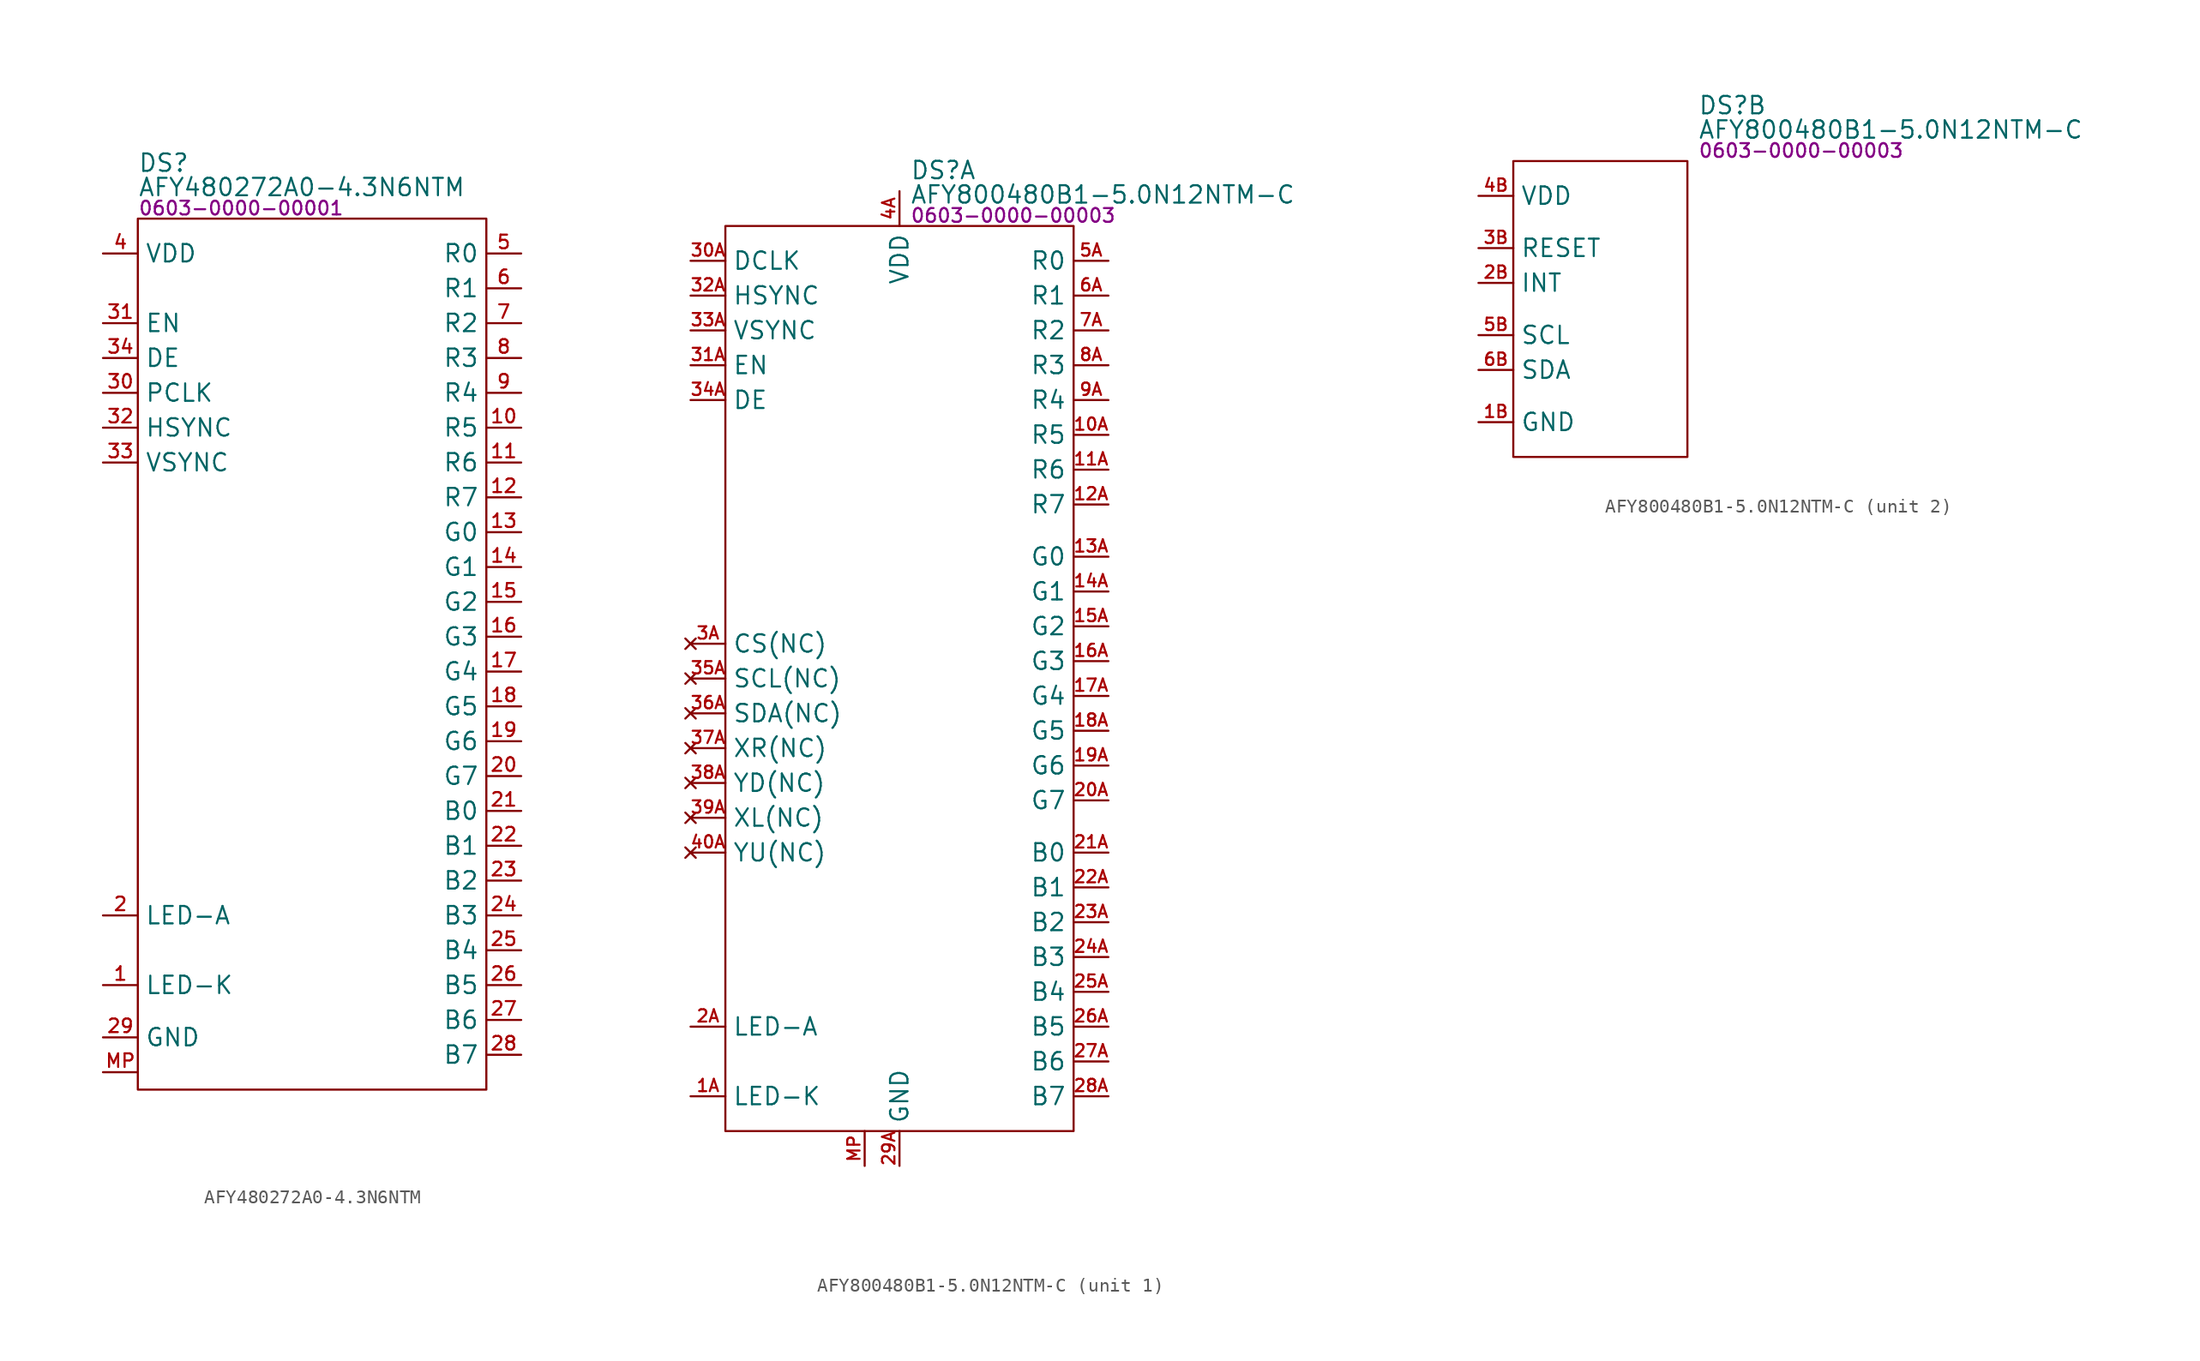
<source format=kicad_sym>
(kicad_symbol_lib
  (version 20231120)
  (generator "kicad_symbol_editor")
  (generator_version "8.0")
  (symbol "AFY480272A0-4.3N6NTM"
    (property "Reference" "DS"
      (at 0 4.064 0)
      (effects (font (size 1.27 1.27)) (justify left)))
    (property "Value" "AFY480272A0-4.3N6NTM"
      (at 0 2.286 0)
      (effects (font (size 1.27 1.27)) (justify left)))
    (property "PartNumber" "0603-0000-00001"
      (at 0 0.762 0)
      (effects (font (size 1 1)) (justify left)))
    (symbol "AFY480272A0-4.3N6NTM_0_0"
      (pin power_in line (at -2.54 -55.88 0) (length 2.54) (name "LED-K" (effects (font (size 1.27 1.27)))) (number "1" (effects (font (size 0.991 0.991)))))
      (pin input line (at 27.94 -15.24 180) (length 2.54) (name "R5" (effects (font (size 1.27 1.27)))) (number "10" (effects (font (size 0.991 0.991)))))
      (pin input line (at 27.94 -17.78 180) (length 2.54) (name "R6" (effects (font (size 1.27 1.27)))) (number "11" (effects (font (size 0.991 0.991)))))
      (pin input line (at 27.94 -20.32 180) (length 2.54) (name "R7" (effects (font (size 1.27 1.27)))) (number "12" (effects (font (size 0.991 0.991)))))
      (pin input line (at 27.94 -22.86 180) (length 2.54) (name "G0" (effects (font (size 1.27 1.27)))) (number "13" (effects (font (size 0.991 0.991)))))
      (pin input line (at 27.94 -25.4 180) (length 2.54) (name "G1" (effects (font (size 1.27 1.27)))) (number "14" (effects (font (size 0.991 0.991)))))
      (pin input line (at 27.94 -27.94 180) (length 2.54) (name "G2" (effects (font (size 1.27 1.27)))) (number "15" (effects (font (size 0.991 0.991)))))
      (pin input line (at 27.94 -30.48 180) (length 2.54) (name "G3" (effects (font (size 1.27 1.27)))) (number "16" (effects (font (size 0.991 0.991)))))
      (pin input line (at 27.94 -33.02 180) (length 2.54) (name "G4" (effects (font (size 1.27 1.27)))) (number "17" (effects (font (size 0.991 0.991)))))
      (pin input line (at 27.94 -35.56 180) (length 2.54) (name "G5" (effects (font (size 1.27 1.27)))) (number "18" (effects (font (size 0.991 0.991)))))
      (pin input line (at 27.94 -38.1 180) (length 2.54) (name "G6" (effects (font (size 1.27 1.27)))) (number "19" (effects (font (size 0.991 0.991)))))
      (pin power_in line (at -2.54 -50.8 0) (length 2.54) (name "LED-A" (effects (font (size 1.27 1.27)))) (number "2" (effects (font (size 0.991 0.991)))))
      (pin input line (at 27.94 -40.64 180) (length 2.54) (name "G7" (effects (font (size 1.27 1.27)))) (number "20" (effects (font (size 0.991 0.991)))))
      (pin input line (at 27.94 -43.18 180) (length 2.54) (name "B0" (effects (font (size 1.27 1.27)))) (number "21" (effects (font (size 0.991 0.991)))))
      (pin input line (at 27.94 -45.72 180) (length 2.54) (name "B1" (effects (font (size 1.27 1.27)))) (number "22" (effects (font (size 0.991 0.991)))))
      (pin input line (at 27.94 -48.26 180) (length 2.54) (name "B2" (effects (font (size 1.27 1.27)))) (number "23" (effects (font (size 0.991 0.991)))))
      (pin input line (at 27.94 -50.8 180) (length 2.54) (name "B3" (effects (font (size 1.27 1.27)))) (number "24" (effects (font (size 0.991 0.991)))))
      (pin input line (at 27.94 -53.34 180) (length 2.54) (name "B4" (effects (font (size 1.27 1.27)))) (number "25" (effects (font (size 0.991 0.991)))))
      (pin input line (at 27.94 -55.88 180) (length 2.54) (name "B5" (effects (font (size 1.27 1.27)))) (number "26" (effects (font (size 0.991 0.991)))))
      (pin input line (at 27.94 -58.42 180) (length 2.54) (name "B6" (effects (font (size 1.27 1.27)))) (number "27" (effects (font (size 0.991 0.991)))))
      (pin input line (at 27.94 -60.96 180) (length 2.54) (name "B7" (effects (font (size 1.27 1.27)))) (number "28" (effects (font (size 0.991 0.991)))))
      (pin power_in line (at -2.54 -59.69 0) (length 2.54) (name "GND" (effects (font (size 1.27 1.27)))) (number "29" (effects (font (size 0.991 0.991)))))
      (pin input line (at -2.54 -12.7 0) (length 2.54) (name "PCLK" (effects (font (size 1.27 1.27)))) (number "30" (effects (font (size 0.991 0.991)))))
      (pin input line (at -2.54 -7.62 0) (length 2.54) (name "EN" (effects (font (size 1.27 1.27)))) (number "31" (effects (font (size 0.991 0.991)))))
      (pin input line (at -2.54 -15.24 0) (length 2.54) (name "HSYNC" (effects (font (size 1.27 1.27)))) (number "32" (effects (font (size 0.991 0.991)))))
      (pin input line (at -2.54 -17.78 0) (length 2.54) (name "VSYNC" (effects (font (size 1.27 1.27)))) (number "33" (effects (font (size 0.991 0.991)))))
      (pin input line (at -2.54 -10.16 0) (length 2.54) (name "DE" (effects (font (size 1.27 1.27)))) (number "34" (effects (font (size 0.991 0.991)))))
      (pin power_in line (at -2.54 -2.54 0) (length 2.54) (name "VDD" (effects (font (size 1.27 1.27)))) (number "4" (effects (font (size 0.991 0.991)))))
      (pin input line (at 27.94 -2.54 180) (length 2.54) (name "R0" (effects (font (size 1.27 1.27)))) (number "5" (effects (font (size 0.991 0.991)))))
      (pin input line (at 27.94 -5.08 180) (length 2.54) (name "R1" (effects (font (size 1.27 1.27)))) (number "6" (effects (font (size 0.991 0.991)))))
      (pin input line (at 27.94 -7.62 180) (length 2.54) (name "R2" (effects (font (size 1.27 1.27)))) (number "7" (effects (font (size 0.991 0.991)))))
      (pin input line (at 27.94 -10.16 180) (length 2.54) (name "R3" (effects (font (size 1.27 1.27)))) (number "8" (effects (font (size 0.991 0.991)))))
      (pin input line (at 27.94 -12.7 180) (length 2.54) (name "R4" (effects (font (size 1.27 1.27)))) (number "9" (effects (font (size 0.991 0.991))))))
    (symbol "AFY480272A0-4.3N6NTM_0_1"
      (rectangle (start 0 0) (end 25.4 -63.5) (stroke (width 0) (type default)) (fill (type none))))
    (symbol "AFY480272A0-4.3N6NTM_1_0"
      (pin no_connect line (at 11.43 -2.54 0) (length 2.54) hide (name "NC" (effects (font (size 1.27 1.27)))) (number "3" (effects (font (size 0.991 0.991)))) (alternate "CS" input line))
      (pin no_connect line (at 11.43 -5.08 0) (length 2.54) hide (name "NC" (effects (font (size 1.27 1.27)))) (number "35" (effects (font (size 0.991 0.991)))) (alternate "SCL" input line))
      (pin no_connect line (at 11.43 -7.62 0) (length 2.54) hide (name "NC" (effects (font (size 1.27 1.27)))) (number "36" (effects (font (size 0.991 0.991)))) (alternate "SDA" bidirectional line))
      (pin no_connect line (at 11.43 -10.16 0) (length 2.54) hide (name "NC" (effects (font (size 1.27 1.27)))) (number "37" (effects (font (size 0.991 0.991)))) (alternate "XR" bidirectional line))
      (pin no_connect line (at 11.43 -12.7 0) (length 2.54) hide (name "NC" (effects (font (size 1.27 1.27)))) (number "38" (effects (font (size 0.991 0.991)))) (alternate "YD" bidirectional line))
      (pin no_connect line (at 11.43 -15.24 0) (length 2.54) hide (name "NC" (effects (font (size 1.27 1.27)))) (number "39" (effects (font (size 0.991 0.991)))) (alternate "XL" bidirectional line))
      (pin no_connect line (at 11.43 -17.78 0) (length 2.54) hide (name "NC" (effects (font (size 1.27 1.27)))) (number "40" (effects (font (size 0.991 0.991)))) (alternate "YU" bidirectional line))
      (pin power_in line (at -2.54 -62.23 0) (length 2.54) (name "MP" (effects (font (size 0 0)))) (number "MP" (effects (font (size 0.991 0.991)))))))
  (symbol "AFY800480B1-5.0N12NTM-C"
    (property "Reference" "DS"
      (at 13.462 4.064 0)
      (effects (font (size 1.27 1.27)) (justify left)))
    (property "Value" "AFY800480B1-5.0N12NTM-C"
      (at 13.462 2.286 0)
      (effects (font (size 1.27 1.27)) (justify left)))
    (property "PartNumber" "0603-0000-00003"
      (at 13.462 0.762 0)
      (effects (font (size 1 1)) (justify left)))
    (symbol "AFY800480B1-5.0N12NTM-C_1_0"
      (pin input line (at 27.94 -15.24 180) (length 2.54) (name "R5" (effects (font (size 1.27 1.27)))) (number "10A" (effects (font (size 0.9 0.9)))))
      (pin input line (at 27.94 -17.78 180) (length 2.54) (name "R6" (effects (font (size 1.27 1.27)))) (number "11A" (effects (font (size 0.9 0.9)))))
      (pin input line (at 27.94 -20.32 180) (length 2.54) (name "R7" (effects (font (size 1.27 1.27)))) (number "12A" (effects (font (size 0.9 0.9)))))
      (pin input line (at 27.94 -24.13 180) (length 2.54) (name "G0" (effects (font (size 1.27 1.27)))) (number "13A" (effects (font (size 0.9 0.9)))))
      (pin input line (at 27.94 -26.67 180) (length 2.54) (name "G1" (effects (font (size 1.27 1.27)))) (number "14A" (effects (font (size 0.9 0.9)))))
      (pin input line (at 27.94 -29.21 180) (length 2.54) (name "G2" (effects (font (size 1.27 1.27)))) (number "15A" (effects (font (size 0.9 0.9)))))
      (pin input line (at 27.94 -31.75 180) (length 2.54) (name "G3" (effects (font (size 1.27 1.27)))) (number "16A" (effects (font (size 0.9 0.9)))))
      (pin input line (at 27.94 -34.29 180) (length 2.54) (name "G4" (effects (font (size 1.27 1.27)))) (number "17A" (effects (font (size 0.9 0.9)))))
      (pin input line (at 27.94 -36.83 180) (length 2.54) (name "G5" (effects (font (size 1.27 1.27)))) (number "18A" (effects (font (size 0.9 0.9)))))
      (pin input line (at 27.94 -39.37 180) (length 2.54) (name "G6" (effects (font (size 1.27 1.27)))) (number "19A" (effects (font (size 0.9 0.9)))))
      (pin input line (at -2.54 -63.5 0) (length 2.54) (name "LED-K" (effects (font (size 1.27 1.27)))) (number "1A" (effects (font (size 0.9 0.9)))))
      (pin input line (at 27.94 -41.91 180) (length 2.54) (name "G7" (effects (font (size 1.27 1.27)))) (number "20A" (effects (font (size 0.9 0.9)))))
      (pin input line (at 27.94 -45.72 180) (length 2.54) (name "B0" (effects (font (size 1.27 1.27)))) (number "21A" (effects (font (size 0.9 0.9)))))
      (pin input line (at 27.94 -48.26 180) (length 2.54) (name "B1" (effects (font (size 1.27 1.27)))) (number "22A" (effects (font (size 0.9 0.9)))))
      (pin input line (at 27.94 -50.8 180) (length 2.54) (name "B2" (effects (font (size 1.27 1.27)))) (number "23A" (effects (font (size 0.9 0.9)))))
      (pin input line (at 27.94 -53.34 180) (length 2.54) (name "B3" (effects (font (size 1.27 1.27)))) (number "24A" (effects (font (size 0.9 0.9)))))
      (pin input line (at 27.94 -55.88 180) (length 2.54) (name "B4" (effects (font (size 1.27 1.27)))) (number "25A" (effects (font (size 0.9 0.9)))))
      (pin input line (at 27.94 -58.42 180) (length 2.54) (name "B5" (effects (font (size 1.27 1.27)))) (number "26A" (effects (font (size 0.9 0.9)))))
      (pin input line (at 27.94 -60.96 180) (length 2.54) (name "B6" (effects (font (size 1.27 1.27)))) (number "27A" (effects (font (size 0.9 0.9)))))
      (pin input line (at 27.94 -63.5 180) (length 2.54) (name "B7" (effects (font (size 1.27 1.27)))) (number "28A" (effects (font (size 0.9 0.9)))))
      (pin power_in line (at 12.7 -68.58 90) (length 2.54) (name "GND" (effects (font (size 1.27 1.27)))) (number "29A" (effects (font (size 0.9 0.9)))))
      (pin input line (at -2.54 -58.42 0) (length 2.54) (name "LED-A" (effects (font (size 1.27 1.27)))) (number "2A" (effects (font (size 0.9 0.9)))))
      (pin input line (at -2.54 -2.54 0) (length 2.54) (name "DCLK" (effects (font (size 1.27 1.27)))) (number "30A" (effects (font (size 0.9 0.9)))))
      (pin input line (at -2.54 -10.16 0) (length 2.54) (name "EN" (effects (font (size 1.27 1.27)))) (number "31A" (effects (font (size 0.9 0.9)))))
      (pin input line (at -2.54 -5.08 0) (length 2.54) (name "HSYNC" (effects (font (size 1.27 1.27)))) (number "32A" (effects (font (size 0.9 0.9)))))
      (pin input line (at -2.54 -7.62 0) (length 2.54) (name "VSYNC" (effects (font (size 1.27 1.27)))) (number "33A" (effects (font (size 0.9 0.9)))))
      (pin input line (at -2.54 -12.7 0) (length 2.54) (name "DE" (effects (font (size 1.27 1.27)))) (number "34A" (effects (font (size 0.9 0.9)))))
      (pin no_connect line (at -2.54 -33.02 0) (length 2.54) (name "SCL(NC)" (effects (font (size 1.27 1.27)))) (number "35A" (effects (font (size 0.9 0.9)))))
      (pin no_connect line (at -2.54 -35.56 0) (length 2.54) (name "SDA(NC)" (effects (font (size 1.27 1.27)))) (number "36A" (effects (font (size 0.9 0.9)))))
      (pin no_connect line (at -2.54 -38.1 0) (length 2.54) (name "XR(NC)" (effects (font (size 1.27 1.27)))) (number "37A" (effects (font (size 0.9 0.9)))))
      (pin no_connect line (at -2.54 -40.64 0) (length 2.54) (name "YD(NC)" (effects (font (size 1.27 1.27)))) (number "38A" (effects (font (size 0.9 0.9)))))
      (pin no_connect line (at -2.54 -43.18 0) (length 2.54) (name "XL(NC)" (effects (font (size 1.27 1.27)))) (number "39A" (effects (font (size 0.9 0.9)))))
      (pin no_connect line (at -2.54 -30.48 0) (length 2.54) (name "CS(NC)" (effects (font (size 1.27 1.27)))) (number "3A" (effects (font (size 0.9 0.9)))))
      (pin no_connect line (at -2.54 -45.72 0) (length 2.54) (name "YU(NC)" (effects (font (size 1.27 1.27)))) (number "40A" (effects (font (size 0.9 0.9)))))
      (pin power_in line (at 12.7 2.54 270) (length 2.54) (name "VDD" (effects (font (size 1.27 1.27)))) (number "4A" (effects (font (size 0.9 0.9)))))
      (pin input line (at 27.94 -2.54 180) (length 2.54) (name "R0" (effects (font (size 1.27 1.27)))) (number "5A" (effects (font (size 0.9 0.9)))))
      (pin input line (at 27.94 -5.08 180) (length 2.54) (name "R1" (effects (font (size 1.27 1.27)))) (number "6A" (effects (font (size 0.9 0.9)))))
      (pin input line (at 27.94 -7.62 180) (length 2.54) (name "R2" (effects (font (size 1.27 1.27)))) (number "7A" (effects (font (size 0.9 0.9)))))
      (pin input line (at 27.94 -10.16 180) (length 2.54) (name "R3" (effects (font (size 1.27 1.27)))) (number "8A" (effects (font (size 0.9 0.9)))))
      (pin input line (at 27.94 -12.7 180) (length 2.54) (name "R4" (effects (font (size 1.27 1.27)))) (number "9A" (effects (font (size 0.9 0.9)))))
      (pin power_in line (at 10.16 -68.58 90) (length 2.54) (name "MP" (effects (font (size 0 0)))) (number "MP" (effects (font (size 0.9 0.9))))))
    (symbol "AFY800480B1-5.0N12NTM-C_1_1"
      (rectangle (start 0 0) (end 25.4 -66.04) (stroke (width 0) (type default)) (fill (type none))))
    (symbol "AFY800480B1-5.0N12NTM-C_2_0"
      (pin power_in line (at -2.54 -19.05 0) (length 2.54) (name "GND" (effects (font (size 1.27 1.27)))) (number "1B" (effects (font (size 0.9 0.9)))))
      (pin output line (at -2.54 -8.89 0) (length 2.54) (name "INT" (effects (font (size 1.27 1.27)))) (number "2B" (effects (font (size 0.9 0.9)))))
      (pin input line (at -2.54 -6.35 0) (length 2.54) (name "RESET" (effects (font (size 1.27 1.27)))) (number "3B" (effects (font (size 0.9 0.9)))))
      (pin power_in line (at -2.54 -2.54 0) (length 2.54) (name "VDD" (effects (font (size 1.27 1.27)))) (number "4B" (effects (font (size 0.9 0.9)))))
      (pin input line (at -2.54 -12.7 0) (length 2.54) (name "SCL" (effects (font (size 1.27 1.27)))) (number "5B" (effects (font (size 0.9 0.9)))))
      (pin bidirectional line (at -2.54 -15.24 0) (length 2.54) (name "SDA" (effects (font (size 1.27 1.27)))) (number "6B" (effects (font (size 0.9 0.9))))))
    (symbol "AFY800480B1-5.0N12NTM-C_2_1"
      (rectangle (start 0 0) (end 12.7 -21.59) (stroke (width 0) (type default)) (fill (type none))))))
</source>
